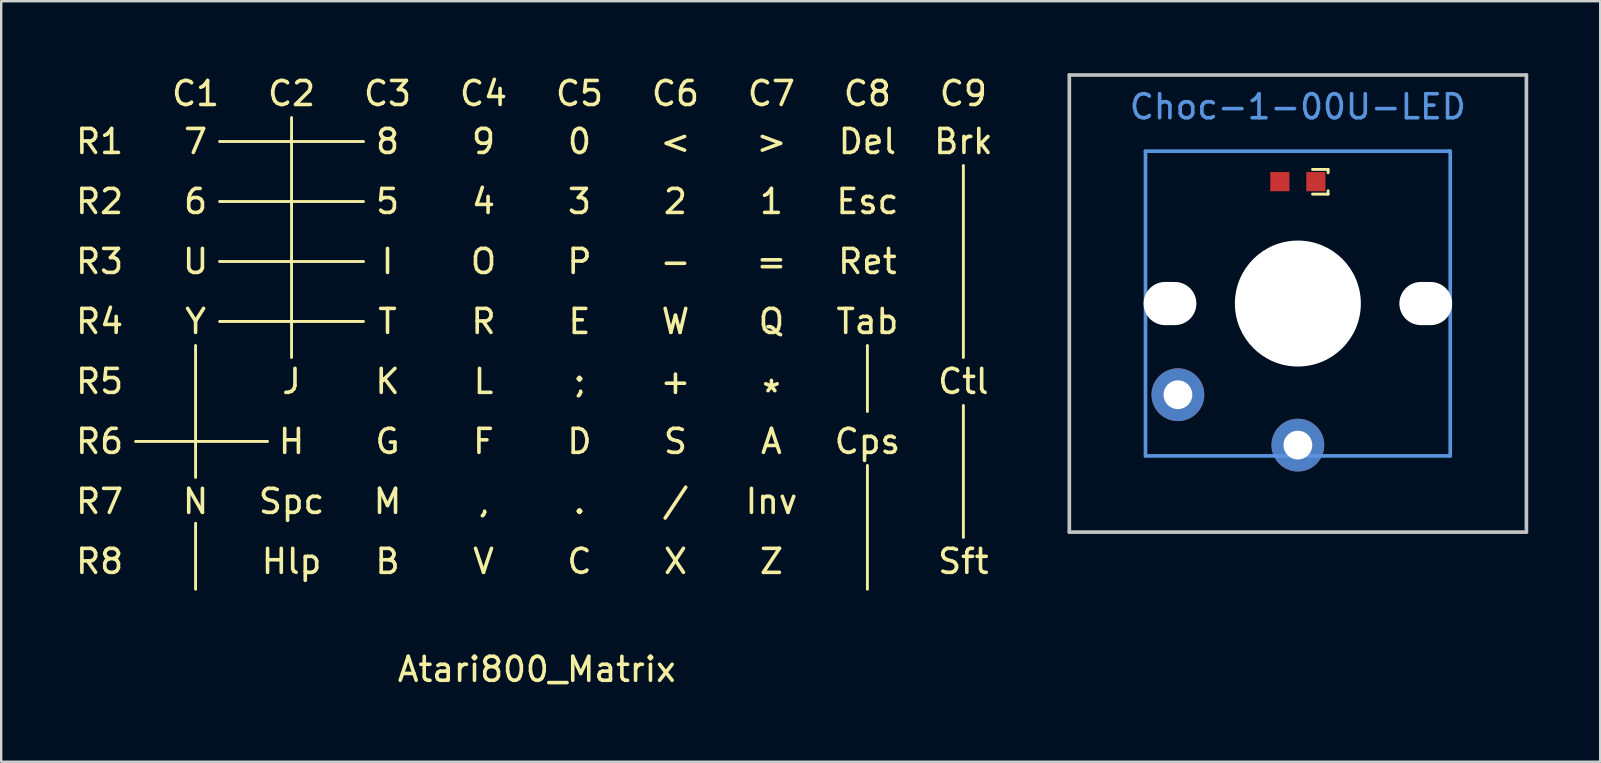
<source format=kicad_pcb>
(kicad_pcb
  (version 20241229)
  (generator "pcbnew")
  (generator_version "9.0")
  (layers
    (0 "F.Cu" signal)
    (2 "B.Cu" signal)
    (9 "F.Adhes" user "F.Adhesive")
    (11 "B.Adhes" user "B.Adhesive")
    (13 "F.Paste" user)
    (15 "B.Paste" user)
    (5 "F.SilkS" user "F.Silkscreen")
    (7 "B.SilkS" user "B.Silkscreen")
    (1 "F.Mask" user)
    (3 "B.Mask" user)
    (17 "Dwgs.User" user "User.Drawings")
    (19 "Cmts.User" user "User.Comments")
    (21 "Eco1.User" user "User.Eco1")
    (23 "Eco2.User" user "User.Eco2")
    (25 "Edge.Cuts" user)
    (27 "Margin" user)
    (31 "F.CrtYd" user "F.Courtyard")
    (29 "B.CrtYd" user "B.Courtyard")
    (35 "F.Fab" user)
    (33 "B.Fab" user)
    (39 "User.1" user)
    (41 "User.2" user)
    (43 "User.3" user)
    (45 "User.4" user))
  (footprint "Atari800_Matrix"
    (layer "F.Cu")
    (at 19.321 11.348)
    (property "Reference" "Atari800_Matrix" (at 0 13.5 0) (layer "F.SilkS") (effects (font (size 1 1) (thickness 0.15))))
    (attr through_hole)
    (fp_line (start -16.72 4) (end -11.22 4) (stroke (width 0.12) (type solid)) (layer "F.SilkS"))
    (fp_line (start -14.22 0) (end -14.22 5.5) (stroke (width 0.12) (type solid)) (layer "F.SilkS"))
    (fp_line (start -14.22 7.41) (end -14.22 10.16) (stroke (width 0.12) (type solid)) (layer "F.SilkS"))
    (fp_line (start -13.22 -8.5) (end -7.22 -8.5) (stroke (width 0.12) (type solid)) (layer "F.SilkS"))
    (fp_line (start -13.22 -6) (end -7.22 -6) (stroke (width 0.12) (type solid)) (layer "F.SilkS"))
    (fp_line (start -13.22 -3.5) (end -7.22 -3.5) (stroke (width 0.12) (type solid)) (layer "F.SilkS"))
    (fp_line (start -13.22 -1) (end -7.22 -1) (stroke (width 0.12) (type solid)) (layer "F.SilkS"))
    (fp_line (start -10.22 -9.5) (end -10.22 0.5) (stroke (width 0.12) (type solid)) (layer "F.SilkS"))
    (fp_line (start 13.78 0) (end 13.78 2.75) (stroke (width 0.12) (type solid)) (layer "F.SilkS"))
    (fp_line (start 13.78 5) (end 13.78 10.16) (stroke (width 0.12) (type solid)) (layer "F.SilkS"))
    (fp_line (start 17.78 -7.5) (end 17.78 0.5) (stroke (width 0.12) (type solid)) (layer "F.SilkS"))
    (fp_line (start 17.78 2.5) (end 17.78 8) (stroke (width 0.12) (type solid)) (layer "F.SilkS"))
    (fp_text user "Inv" (at 9.78 6.5 0) (layer "F.SilkS") (effects (font (size 1 1) (thickness 0.15))))
    (fp_text user "Brk" (at 17.78 -8.5 0) (layer "F.SilkS") (effects (font (size 1 1) (thickness 0.15))))
    (fp_text user "E" (at 1.78 -1 0) (layer "F.SilkS") (effects (font (size 1 1) (thickness 0.15))))
    (fp_text user "0" (at 1.78 -8.5 0) (layer "F.SilkS") (effects (font (size 1 1) (thickness 0.15))))
    (fp_text user "C1" (at -14.22 -10.5 0) (layer "F.SilkS") (effects (font (size 1 1) (thickness 0.15))))
    (fp_text user "Ret" (at 13.78 -3.5 0) (layer "F.SilkS") (effects (font (size 1 1) (thickness 0.15))))
    (fp_text user "U" (at -14.22 -3.5 0) (layer "F.SilkS") (effects (font (size 1 1) (thickness 0.15))))
    (fp_text user "J" (at -10.22 1.5 0) (layer "F.SilkS") (effects (font (size 1 1) (thickness 0.15))))
    (fp_text user "P" (at 1.78 -3.5 0) (layer "F.SilkS") (effects (font (size 1 1) (thickness 0.15))))
    (fp_text user "O" (at -2.22 -3.5 0) (layer "F.SilkS") (effects (font (size 1 1) (thickness 0.15))))
    (fp_text user "L" (at -2.22 1.5 0) (layer "F.SilkS") (effects (font (size 1 1) (thickness 0.15))))
    (fp_text user "2" (at 5.78 -6 0) (layer "F.SilkS") (effects (font (size 1 1) (thickness 0.15))))
    (fp_text user "Esc" (at 13.78 -6 0) (layer "F.SilkS") (effects (font (size 1 1) (thickness 0.15))))
    (fp_text user "R" (at -2.22 -1 0) (layer "F.SilkS") (effects (font (size 1 1) (thickness 0.15))))
    (fp_text user "R3" (at -18.22 -3.5 0) (layer "F.SilkS") (effects (font (size 1 1) (thickness 0.15))))
    (fp_text user "C8" (at 13.78 -10.5 0) (layer "F.SilkS") (effects (font (size 1 1) (thickness 0.15))))
    (fp_text user "Sft" (at 17.78 9 0) (layer "F.SilkS") (effects (font (size 1 1) (thickness 0.15))))
    (fp_text user "D" (at 1.78 4 0) (layer "F.SilkS") (effects (font (size 1 1) (thickness 0.15))))
    (fp_text user "C7" (at 9.78 -10.5 0) (layer "F.SilkS") (effects (font (size 1 1) (thickness 0.15))))
    (fp_text user "C9" (at 17.78 -10.5 0) (layer "F.SilkS") (effects (font (size 1 1) (thickness 0.15))))
    (fp_text user "1" (at 9.78 -6 0) (layer "F.SilkS") (effects (font (size 1 1) (thickness 0.15))))
    (fp_text user "H" (at -10.22 4 0) (layer "F.SilkS") (effects (font (size 1 1) (thickness 0.15))))
    (fp_text user "6" (at -14.22 -6 0) (layer "F.SilkS") (effects (font (size 1 1) (thickness 0.15))))
    (fp_text user "R4" (at -18.22 -1 0) (layer "F.SilkS") (effects (font (size 1 1) (thickness 0.15))))
    (fp_text user "Y" (at -14.22 -1 0) (layer "F.SilkS") (effects (font (size 1 1) (thickness 0.15))))
    (fp_text user "C6" (at 5.78 -10.5 0) (layer "F.SilkS") (effects (font (size 1 1) (thickness 0.15))))
    (fp_text user "C3" (at -6.22 -10.5 0) (layer "F.SilkS") (effects (font (size 1 1) (thickness 0.15))))
    (fp_text user "Q" (at 9.78 -1 0) (layer "F.SilkS") (effects (font (size 1 1) (thickness 0.15))))
    (fp_text user "." (at 1.78 6.5 0) (layer "F.SilkS") (effects (font (size 1 1) (thickness 0.15))))
    (fp_text user "C" (at 1.78 9 0) (layer "F.SilkS") (effects (font (size 1 1) (thickness 0.15))))
    (fp_text user "Hlp" (at -10.22 9 0) (layer "F.SilkS") (effects (font (size 1 1) (thickness 0.15))))
    (fp_text user "C5" (at 1.78 -10.5 0) (layer "F.SilkS") (effects (font (size 1 1) (thickness 0.15))))
    (fp_text user "R7" (at -18.22 6.5 0) (layer "F.SilkS") (effects (font (size 1 1) (thickness 0.15))))
    (fp_text user "C2" (at -10.22 -10.5 0) (layer "F.SilkS") (effects (font (size 1 1) (thickness 0.15))))
    (fp_text user "G" (at -6.22 4 0) (layer "F.SilkS") (effects (font (size 1 1) (thickness 0.15))))
    (fp_text user "4" (at -2.22 -6 0) (layer "F.SilkS") (effects (font (size 1 1) (thickness 0.15))))
    (fp_text user "Ctl" (at 17.78 1.5 0) (layer "F.SilkS") (effects (font (size 1 1) (thickness 0.15))))
    (fp_text user "," (at -2.22 6.5 0) (layer "F.SilkS") (effects (font (size 1 1) (thickness 0.15))))
    (fp_text user "F" (at -2.22 4 0) (layer "F.SilkS") (effects (font (size 1 1) (thickness 0.15))))
    (fp_text user "S" (at 5.78 4 0) (layer "F.SilkS") (effects (font (size 1 1) (thickness 0.15))))
    (fp_text user "3" (at 1.78 -6 0) (layer "F.SilkS") (effects (font (size 1 1) (thickness 0.15))))
    (fp_text user "=" (at 9.78 -3.5 0) (layer "F.SilkS") (effects (font (size 1 1) (thickness 0.15))))
    (fp_text user "/" (at 5.78 6.5 0) (layer "F.SilkS") (effects (font (size 1 1) (thickness 0.15))))
    (fp_text user "X" (at 5.78 9 0) (layer "F.SilkS") (effects (font (size 1 1) (thickness 0.15))))
    (fp_text user "*" (at 9.78 2 0) (layer "F.SilkS") (effects (font (size 1 1) (thickness 0.15))))
    (fp_text user "R2" (at -18.22 -6 0) (layer "F.SilkS") (effects (font (size 1 1) (thickness 0.15))))
    (fp_text user "R6" (at -18.22 4 0) (layer "F.SilkS") (effects (font (size 1 1) (thickness 0.15))))
    (fp_text user "-" (at 5.78 -3.5 0) (layer "F.SilkS") (effects (font (size 1 1) (thickness 0.15))))
    (fp_text user "Spc" (at -10.22 6.5 0) (layer "F.SilkS") (effects (font (size 1 1) (thickness 0.15))))
    (fp_text user "<" (at 5.78 -8.5 0) (layer "F.SilkS") (effects (font (size 1 1) (thickness 0.15))))
    (fp_text user "Del" (at 13.78 -8.5 0) (layer "F.SilkS") (effects (font (size 1 1) (thickness 0.15))))
    (fp_text user "V" (at -2.22 9 0) (layer "F.SilkS") (effects (font (size 1 1) (thickness 0.15))))
    (fp_text user "8" (at -6.22 -8.5 0) (layer "F.SilkS") (effects (font (size 1 1) (thickness 0.15))))
    (fp_text user "R1" (at -18.22 -8.5 0) (layer "F.SilkS") (effects (font (size 1 1) (thickness 0.15))))
    (fp_text user "R8" (at -18.22 9 0) (layer "F.SilkS") (effects (font (size 1 1) (thickness 0.15))))
    (fp_text user "+" (at 5.78 1.5 0) (layer "F.SilkS") (effects (font (size 1 1) (thickness 0.15))))
    (fp_text user "M" (at -6.22 6.5 0) (layer "F.SilkS") (effects (font (size 1 1) (thickness 0.15))))
    (fp_text user "Z" (at 9.78 9 0) (layer "F.SilkS") (effects (font (size 1 1) (thickness 0.15))))
    (fp_text user "7" (at -14.22 -8.5 0) (layer "F.SilkS") (effects (font (size 1 1) (thickness 0.15))))
    (fp_text user "5" (at -6.22 -6 0) (layer "F.SilkS") (effects (font (size 1 1) (thickness 0.15))))
    (fp_text user ">" (at 9.78 -8.5 0) (layer "F.SilkS") (effects (font (size 1 1) (thickness 0.15))))
    (fp_text user ";" (at 1.78 1.5 0) (layer "F.SilkS") (effects (font (size 1 1) (thickness 0.15))))
    (fp_text user "R5" (at -18.22 1.5 0) (layer "F.SilkS") (effects (font (size 1 1) (thickness 0.15))))
    (fp_text user "Tab" (at 13.78 -1 0) (layer "F.SilkS") (effects (font (size 1 1) (thickness 0.15))))
    (fp_text user "W" (at 5.78 -1 0) (layer "F.SilkS") (effects (font (size 1 1) (thickness 0.15))))
    (fp_text user "9" (at -2.22 -8.5 0) (layer "F.SilkS") (effects (font (size 1 1) (thickness 0.15))))
    (fp_text user "Cps" (at 13.78 4 0) (layer "F.SilkS") (effects (font (size 1 1) (thickness 0.15))))
    (fp_text user "T" (at -6.22 -1 0) (layer "F.SilkS") (effects (font (size 1 1) (thickness 0.15))))
    (fp_text user "N" (at -14.22 6.5 0) (layer "F.SilkS") (effects (font (size 1 1) (thickness 0.15))))
    (fp_text user "A" (at 9.78 4 0) (layer "F.SilkS") (effects (font (size 1 1) (thickness 0.15))))
    (fp_text user "C4" (at -2.22 -10.5 0) (layer "F.SilkS") (effects (font (size 1 1) (thickness 0.15))))
    (fp_text user "K" (at -6.22 1.5 0) (layer "F.SilkS") (effects (font (size 1 1) (thickness 0.15))))
    (fp_text user "I" (at -6.22 -3.5 0) (layer "F.SilkS") (effects (font (size 1 1) (thickness 0.15))))
    (fp_text user "B" (at -6.22 9 0) (layer "F.SilkS") (effects (font (size 1 1) (thickness 0.15)))))
  (footprint "Choc-1-00U-LED"
    (layer "F.Cu")
    (at 51.042 4.521)
    (property "Reference" "Choc-1-00U-LED" (at 0 -3.12 0) (layer "Cmts.User") (effects (font (size 1 1) (thickness 0.15))))
    (fp_line (start 0.61 -0.51) (end 1.26 -0.51) (stroke (width 0.12) (type solid)) (layer "F.SilkS"))
    (fp_line (start 0.61 0.52) (end 1.26 0.52) (stroke (width 0.12) (type solid)) (layer "F.SilkS"))
    (fp_line (start 1.26 -0.51) (end 1.26 -0.37) (stroke (width 0.12) (type solid)) (layer "F.SilkS"))
    (fp_line (start 1.26 0.52) (end 1.26 0.38) (stroke (width 0.12) (type solid)) (layer "F.SilkS"))
    (fp_line (start -9.525 -4.445) (end 9.525 -4.445) (stroke (width 0.152) (type solid)) (layer "Dwgs.User"))
    (fp_line (start -9.525 14.605) (end -9.525 -4.445) (stroke (width 0.152) (type solid)) (layer "Dwgs.User"))
    (fp_line (start 9.525 -4.445) (end 9.525 14.605) (stroke (width 0.152) (type solid)) (layer "Dwgs.User"))
    (fp_line (start 9.525 14.605) (end -9.525 14.605) (stroke (width 0.152) (type solid)) (layer "Dwgs.User"))
    (fp_line (start -6.35 -1.27) (end 6.35 -1.27) (stroke (width 0.152) (type solid)) (layer "Cmts.User"))
    (fp_line (start -6.35 11.43) (end -6.35 -1.27) (stroke (width 0.152) (type solid)) (layer "Cmts.User"))
    (fp_line (start 6.35 -1.27) (end 6.35 11.43) (stroke (width 0.152) (type solid)) (layer "Cmts.User"))
    (fp_line (start 6.35 11.43) (end -6.35 11.43) (stroke (width 0.152) (type solid)) (layer "Cmts.User"))
    (pad "" np_thru_hole oval (at -5.33 5.08 270) (size 1.8 2.2) (drill oval 1.8 2.2) (layers "*.Cu" "*.Mask"))
    (pad "" np_thru_hole circle (at 0 5.08 180) (size 5.25 5.25) (drill 5.25) (layers "*.Cu" "*.Mask"))
    (pad "" np_thru_hole oval (at 5.33 5.08 270) (size 1.8 2.2) (drill oval 1.8 2.2) (layers "*.Cu" "*.Mask"))
    (pad "1" thru_hole circle (at 0 10.98 90) (size 2.2 2.2) (drill 1.2) (layers "*.Cu" "*.Mask"))
    (pad "2" thru_hole circle (at -5 8.88 270) (size 2.2 2.2) (drill 1.2) (layers "*.Cu" "*.Mask"))
    (pad "3" smd rect (at 0.75 0 90) (size 0.8 0.8) (layers "F.Cu" "F.Mask" "F.Paste"))
    (pad "4" smd rect (at -0.75 0 90) (size 0.8 0.8) (layers "F.Cu" "F.Mask" "F.Paste")))
  (gr_rect
    (start -3 -3)
    (end 63.643 28.697)
    (stroke (width 0.1) (type default))
    (fill no)
    (layer "Edge.Cuts")))
</source>
